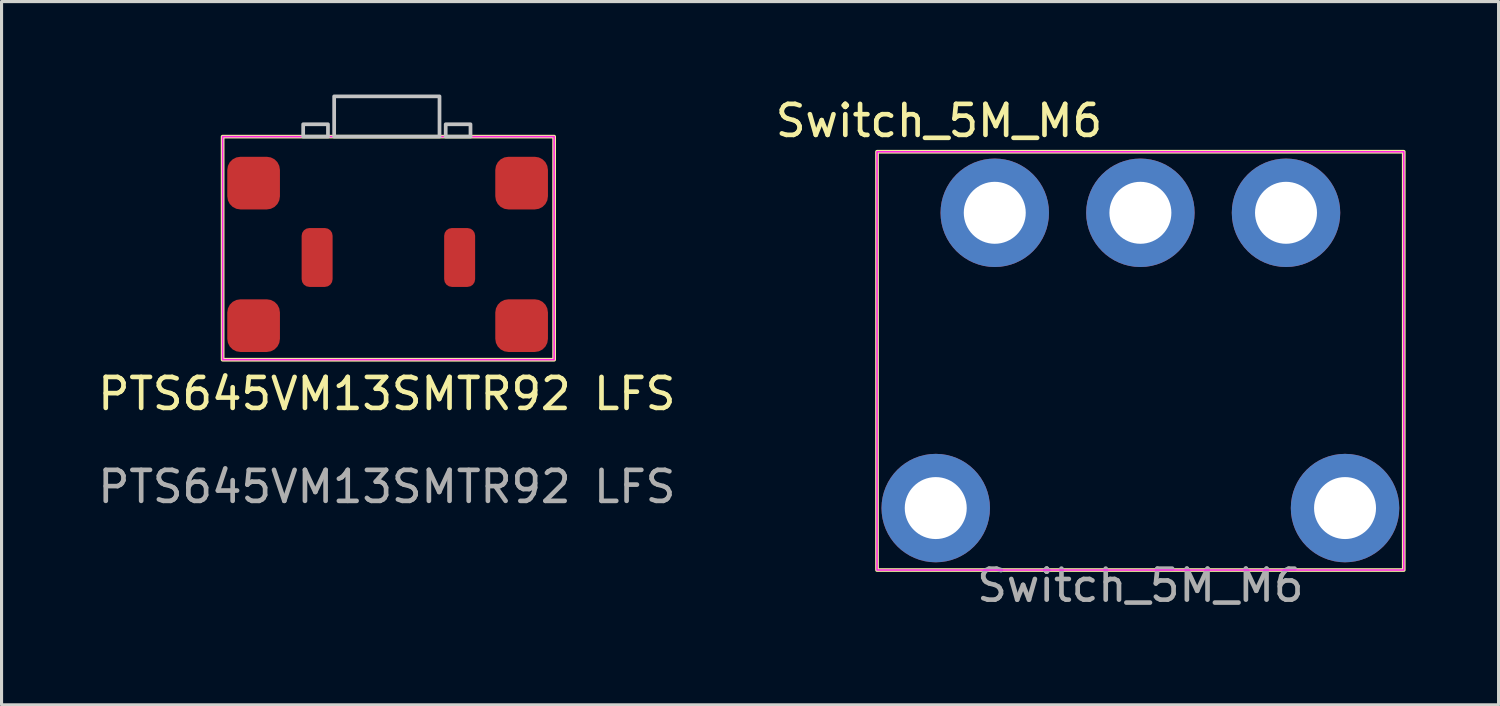
<source format=kicad_pcb>
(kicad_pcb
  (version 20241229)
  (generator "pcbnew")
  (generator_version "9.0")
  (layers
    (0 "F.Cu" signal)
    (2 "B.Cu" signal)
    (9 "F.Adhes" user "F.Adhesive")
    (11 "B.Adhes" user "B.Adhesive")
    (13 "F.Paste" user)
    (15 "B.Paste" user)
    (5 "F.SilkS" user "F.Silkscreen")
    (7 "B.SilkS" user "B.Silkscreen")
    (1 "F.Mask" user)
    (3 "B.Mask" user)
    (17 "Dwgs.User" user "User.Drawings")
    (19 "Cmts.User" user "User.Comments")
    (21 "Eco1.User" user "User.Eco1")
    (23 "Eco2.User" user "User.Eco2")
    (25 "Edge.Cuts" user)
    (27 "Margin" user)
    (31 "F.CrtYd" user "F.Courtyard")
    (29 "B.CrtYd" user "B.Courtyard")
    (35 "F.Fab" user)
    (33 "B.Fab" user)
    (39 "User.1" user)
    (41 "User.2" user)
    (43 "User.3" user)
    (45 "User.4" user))
  (footprint "Switch_5M_M6"
    (layer "F.Cu")
    (at 33.756 13.348)
    (property "Reference" "Switch_5M_M6" (at -6.5 -12.5 0) (unlocked yes) (layer "F.SilkS") (effects (font (size 1 1) (thickness 0.15))))
    (attr through_hole)
    (fp_rect (start -8.5 -11.5) (end 8.5 2) (stroke (width 0.12) (type solid)) (fill no) (layer "F.SilkS"))
    (fp_rect (start -8.5 -11.5) (end 8.5 2) (stroke (width 0.05) (type solid)) (fill no) (layer "F.CrtYd"))
    (fp_text user "${REFERENCE}" (at 0 2.5 0) (unlocked yes) (layer "F.Fab") (effects (font (size 1 1) (thickness 0.15))))
    (pad "1" thru_hole circle (at 4.7 -9.53) (size 3.5 3.5) (drill 2) (layers "*.Cu" "*.Mask"))
    (pad "2" thru_hole circle (at 0 -9.53) (size 3.5 3.5) (drill 2) (layers "*.Cu" "*.Mask"))
    (pad "3" thru_hole circle (at -4.7 -9.53) (size 3.5 3.5) (drill 2) (layers "*.Cu" "*.Mask"))
    (pad "4" thru_hole circle (at 6.605 0) (size 3.5 3.5) (drill 2) (layers "*.Cu" "*.Mask"))
    (pad "5" thru_hole circle (at -6.605 0) (size 3.5 3.5) (drill 2) (layers "*.Cu" "*.Mask")))
  (footprint "PTS645VM13SMTR92 LFS"
    (layer "F.Cu")
    (at 9.435 1.36)
    (property "Reference" "PTS645VM13SMTR92 LFS" (at 0 8.3 0) (unlocked yes) (layer "F.SilkS") (effects (font (size 1 1) (thickness 0.15))))
    (attr smd)
    (fp_rect (start -5.3 0) (end 5.4 7.2) (stroke (width 0.12) (type solid)) (fill no) (layer "F.SilkS"))
    (fp_rect (start -2.7 0) (end -1.9 -0.4) (stroke (width 0.12) (type solid)) (fill no) (layer "Dwgs.User"))
    (fp_rect (start -1.7 0) (end 1.7 -1.3) (stroke (width 0.12) (type solid)) (fill no) (layer "Dwgs.User"))
    (fp_rect (start 1.9 0) (end 2.7 -0.4) (stroke (width 0.12) (type solid)) (fill no) (layer "Dwgs.User"))
    (fp_rect (start -5.3 0) (end 5.4 7.2) (stroke (width 0.05) (type solid)) (fill no) (layer "F.CrtYd"))
    (fp_text user "${REFERENCE}" (at 0 11.3 0) (unlocked yes) (layer "F.Fab") (effects (font (size 1 1) (thickness 0.15))))
    (pad "1" smd roundrect (at -2.25 3.9) (size 1 1.9) (layers "F.Cu" "F.Mask" "F.Paste") (roundrect_rratio 0.25))
    (pad "2" smd roundrect (at 2.35 3.9) (size 1 1.9) (layers "F.Cu" "F.Mask" "F.Paste") (roundrect_rratio 0.25))
    (pad "SH" smd roundrect (at -4.3 1.5) (size 1.7 1.7) (layers "F.Cu" "F.Mask" "F.Paste") (roundrect_rratio 0.25))
    (pad "SH" smd roundrect (at -4.3 6.1) (size 1.7 1.7) (layers "F.Cu" "F.Mask" "F.Paste") (roundrect_rratio 0.25))
    (pad "SH" smd roundrect (at 4.35 1.5) (size 1.7 1.7) (layers "F.Cu" "F.Mask" "F.Paste") (roundrect_rratio 0.25))
    (pad "SH" smd roundrect (at 4.35 6.1) (size 1.7 1.7) (layers "F.Cu" "F.Mask" "F.Paste") (roundrect_rratio 0.25)))
  (gr_rect
    (start -3 -3)
    (end 45.316 19.697)
    (stroke (width 0.1) (type default))
    (fill no)
    (layer "Edge.Cuts")))
</source>
